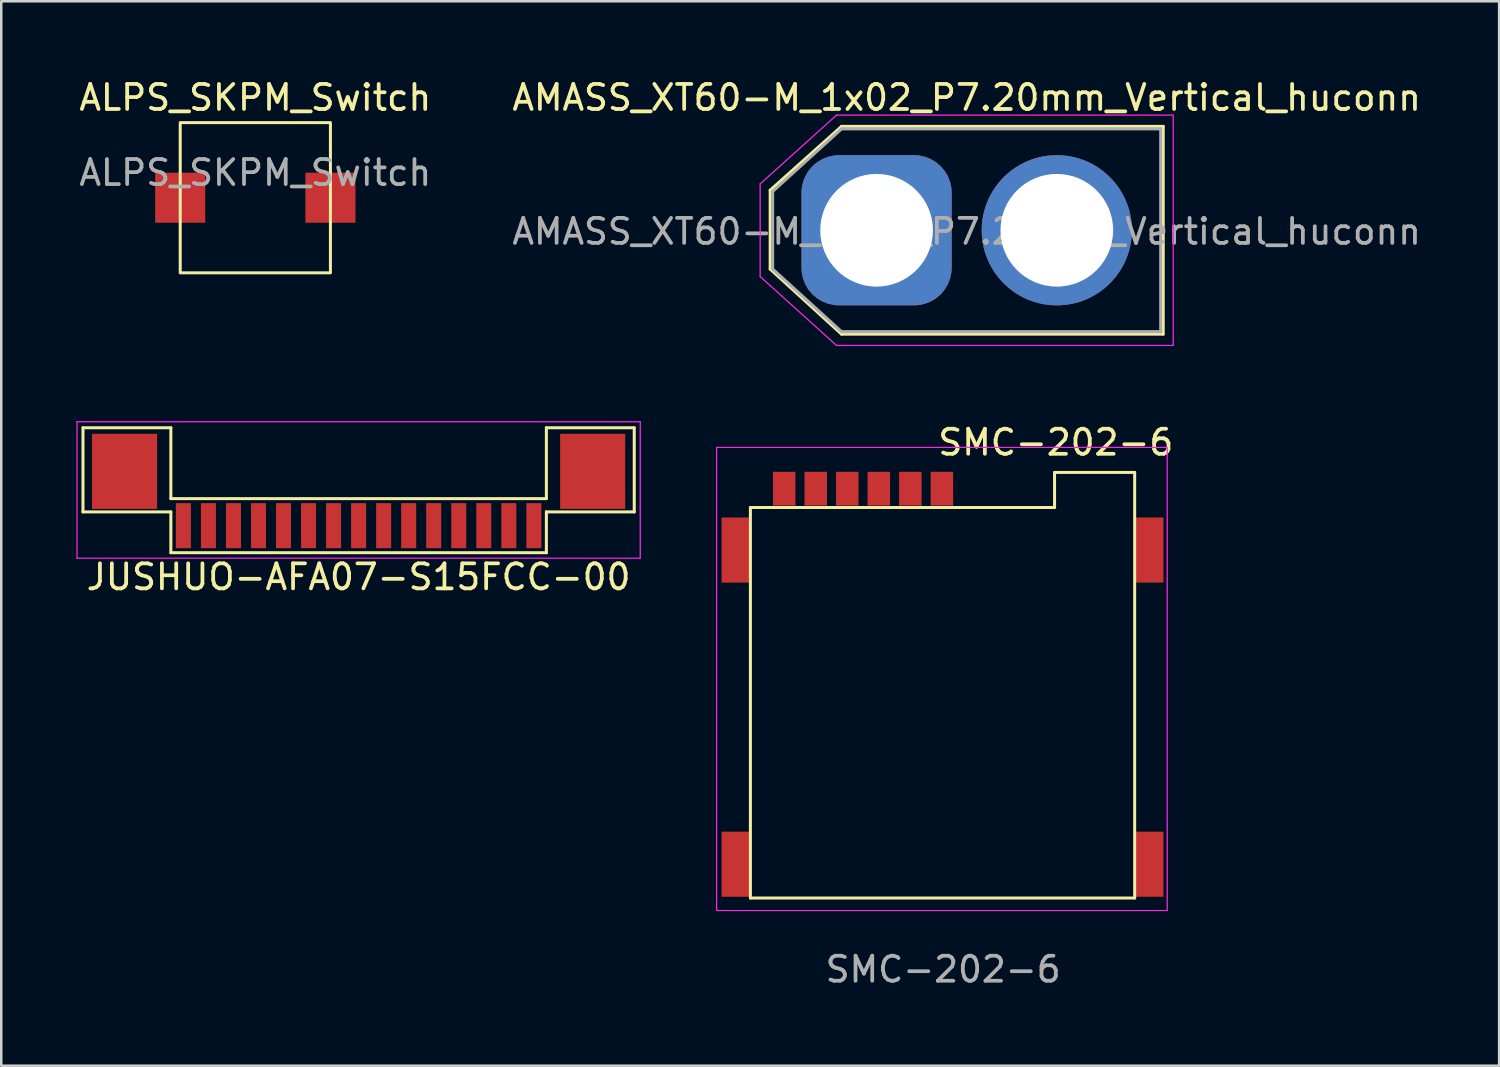
<source format=kicad_pcb>
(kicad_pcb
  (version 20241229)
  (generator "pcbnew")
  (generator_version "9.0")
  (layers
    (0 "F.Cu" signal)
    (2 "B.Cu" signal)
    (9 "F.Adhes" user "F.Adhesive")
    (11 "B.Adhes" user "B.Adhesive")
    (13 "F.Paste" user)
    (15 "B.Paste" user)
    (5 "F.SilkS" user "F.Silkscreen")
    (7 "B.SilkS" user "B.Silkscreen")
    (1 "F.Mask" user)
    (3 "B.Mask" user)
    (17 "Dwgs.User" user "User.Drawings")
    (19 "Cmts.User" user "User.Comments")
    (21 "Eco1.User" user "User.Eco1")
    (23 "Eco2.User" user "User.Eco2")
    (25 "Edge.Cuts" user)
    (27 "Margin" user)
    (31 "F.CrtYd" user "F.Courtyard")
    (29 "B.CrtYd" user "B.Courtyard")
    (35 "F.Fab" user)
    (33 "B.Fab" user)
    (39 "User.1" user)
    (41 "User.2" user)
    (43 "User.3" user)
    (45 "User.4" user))
  (footprint "SMC-202-6"
    (layer "F.Cu")
    (at 34.575 24.322)
    (property "Reference" "SMC-202-6" (at 4.55 -9.7 0) (unlocked yes) (layer "F.SilkS") (effects (font (size 1 1) (thickness 0.15))))
    (fp_line (start -7.65 -7.1) (end -7.65 8.5) (stroke (width 0.12) (type solid)) (layer "F.SilkS"))
    (fp_line (start -7.65 -7.1) (end 4.5 -7.1) (stroke (width 0.12) (type solid)) (layer "F.SilkS"))
    (fp_line (start -7.65 8.5) (end 7.7 8.5) (stroke (width 0.12) (type solid)) (layer "F.SilkS"))
    (fp_line (start 4.5 -7.1) (end 4.5 -8.5) (stroke (width 0.12) (type solid)) (layer "F.SilkS"))
    (fp_line (start 7.7 -8.5) (end 4.5 -8.5) (stroke (width 0.12) (type solid)) (layer "F.SilkS"))
    (fp_line (start 7.7 8.5) (end 7.7 -8.5) (stroke (width 0.12) (type solid)) (layer "F.SilkS"))
    (fp_rect (start -9 -9.5) (end 9 9) (stroke (width 0.05) (type solid)) (fill no) (layer "F.CrtYd"))
    (fp_text user "${REFERENCE}" (at 0.05 11.35 0) (unlocked yes) (layer "F.Fab") (effects (font (size 1 1) (thickness 0.15))))
    (pad "1" smd rect (at -5.04 -7.85) (size 0.9 1.35) (layers "F.Cu" "F.Mask" "F.Paste"))
    (pad "2" smd rect (at -2.52 -7.85) (size 0.9 1.35) (layers "F.Cu" "F.Mask" "F.Paste"))
    (pad "3" smd rect (at 0 -7.85) (size 0.9 1.35) (layers "F.Cu" "F.Mask" "F.Paste"))
    (pad "5" smd rect (at -6.3 -7.85) (size 0.9 1.35) (layers "F.Cu" "F.Mask" "F.Paste"))
    (pad "6" smd rect (at -3.78 -7.85) (size 0.9 1.35) (layers "F.Cu" "F.Mask" "F.Paste"))
    (pad "7" smd rect (at -1.26 -7.85) (size 0.9 1.35) (layers "F.Cu" "F.Mask" "F.Paste"))
    (pad "GND" smd rect (at -8.25 -5.4) (size 1.1 2.6) (layers "F.Cu" "F.Mask" "F.Paste"))
    (pad "GND" smd rect (at -8.25 7.15) (size 1.1 2.6) (layers "F.Cu" "F.Mask" "F.Paste"))
    (pad "GND" smd rect (at 8.3 -5.4) (size 1.1 2.6) (layers "F.Cu" "F.Mask" "F.Paste"))
    (pad "GND" smd rect (at 8.3 7.15) (size 1.1 2.6) (layers "F.Cu" "F.Mask" "F.Paste")))
  (footprint "ALPS_SKPM_Switch"
    (layer "F.Cu")
    (at 7.149 4.848)
    (property "Reference" "ALPS_SKPM_Switch" (at 0 -4 0) (unlocked yes) (layer "F.SilkS") (effects (font (size 1 1) (thickness 0.15))))
    (fp_rect (start 3 -3) (end -3 3) (stroke (width 0.12) (type solid)) (fill no) (layer "F.SilkS"))
    (fp_text user "${REFERENCE}" (at 0 -1 0) (unlocked yes) (layer "F.Fab") (effects (font (size 1 1) (thickness 0.15))))
    (pad "1" smd rect (at 3 0) (size 2 2) (layers "F.Cu" "F.Mask" "F.Paste"))
    (pad "2" smd rect (at -3 0) (size 2 2) (layers "F.Cu" "F.Mask" "F.Paste")))
  (footprint "AMASS_XT60-M_1x02_P7.20mm_Vertical_huconn"
    (layer "F.Cu")
    (at 31.965 6.148)
    (property "Reference" "AMASS_XT60-M_1x02_P7.20mm_Vertical_huconn" (at 3.6 -5.3 180) (layer "F.SilkS") (effects (font (size 1 1) (thickness 0.15))))
    (attr through_hole)
    (fp_line (start -4.25 -1.6) (end -4.25 1.55) (stroke (width 0.12) (type solid)) (layer "F.SilkS"))
    (fp_line (start -4.25 1.55) (end -1.4 4.15) (stroke (width 0.12) (type solid)) (layer "F.SilkS"))
    (fp_line (start -1.4 -4.15) (end -4.25 -1.6) (stroke (width 0.12) (type solid)) (layer "F.SilkS"))
    (fp_line (start -1.4 4.15) (end 11.45 4.15) (stroke (width 0.12) (type solid)) (layer "F.SilkS"))
    (fp_line (start 11.45 -4.15) (end -1.4 -4.15) (stroke (width 0.12) (type solid)) (layer "F.SilkS"))
    (fp_line (start 11.45 4.15) (end 11.45 -4.15) (stroke (width 0.12) (type solid)) (layer "F.SilkS"))
    (fp_line (start -4.65 -1.85) (end -1.6 -4.6) (stroke (width 0.05) (type solid)) (layer "F.CrtYd"))
    (fp_line (start -4.65 1.85) (end -4.65 -1.85) (stroke (width 0.05) (type solid)) (layer "F.CrtYd"))
    (fp_line (start -1.6 -4.6) (end 11.85 -4.6) (stroke (width 0.05) (type solid)) (layer "F.CrtYd"))
    (fp_line (start -1.6 4.6) (end -4.65 1.85) (stroke (width 0.05) (type solid)) (layer "F.CrtYd"))
    (fp_line (start 11.85 -4.6) (end 11.85 4.6) (stroke (width 0.05) (type solid)) (layer "F.CrtYd"))
    (fp_line (start 11.85 4.6) (end -1.6 4.6) (stroke (width 0.05) (type solid)) (layer "F.CrtYd"))
    (fp_line (start -4.15 -1.55) (end -4.15 1.55) (stroke (width 0.12) (type solid)) (layer "F.Fab"))
    (fp_line (start -4.15 1.55) (end -1.4 4.05) (stroke (width 0.12) (type solid)) (layer "F.Fab"))
    (fp_line (start -1.4 -4.05) (end -4.15 -1.55) (stroke (width 0.12) (type solid)) (layer "F.Fab"))
    (fp_line (start -1.4 4.05) (end 11.35 4.05) (stroke (width 0.12) (type solid)) (layer "F.Fab"))
    (fp_line (start 11.35 -4.05) (end -1.4 -4.05) (stroke (width 0.12) (type solid)) (layer "F.Fab"))
    (fp_line (start 11.35 4.05) (end 11.35 -4.05) (stroke (width 0.12) (type solid)) (layer "F.Fab"))
    (fp_text user "${REFERENCE}" (at 3.6 0.05 0) (layer "F.Fab") (effects (font (size 1 1) (thickness 0.15))))
    (pad "1" thru_hole roundrect (at 0 0) (size 6 6) (drill 4.5) (layers "*.Cu" "*.Mask") (roundrect_rratio 0.25))
    (pad "2" thru_hole circle (at 7.2 0) (size 6 6) (drill 4.5) (layers "*.Cu" "*.Mask")))
  (footprint "JUSHUO-AFA07-S15FCC-00"
    (layer "F.Cu")
    (at 11.275 17.948)
    (property "Reference" "JUSHUO-AFA07-S15FCC-00" (at 0 2.05 0) (layer "F.SilkS") (effects (font (size 1 1) (thickness 0.15))))
    (attr smd)
    (fp_line (start -11.01 -3.91) (end -7.5 -3.91) (stroke (width 0.12) (type solid)) (layer "F.SilkS"))
    (fp_line (start -11.01 -0.55) (end -11.01 -3.91) (stroke (width 0.12) (type solid)) (layer "F.SilkS"))
    (fp_line (start -7.5 -3.91) (end -7.5 -1.08) (stroke (width 0.12) (type solid)) (layer "F.SilkS"))
    (fp_line (start -7.5 -1.08) (end 7.5 -1.08) (stroke (width 0.12) (type solid)) (layer "F.SilkS"))
    (fp_line (start -7.5 -0.55) (end -11.01 -0.55) (stroke (width 0.12) (type solid)) (layer "F.SilkS"))
    (fp_line (start -7.5 1.08) (end -7.5 -0.55) (stroke (width 0.12) (type solid)) (layer "F.SilkS"))
    (fp_line (start -7.5 1.08) (end 7.5 1.08) (stroke (width 0.12) (type solid)) (layer "F.SilkS"))
    (fp_line (start 7.5 -3.91) (end 7.5 -1.08) (stroke (width 0.12) (type solid)) (layer "F.SilkS"))
    (fp_line (start 7.5 -0.55) (end 11.01 -0.55) (stroke (width 0.12) (type solid)) (layer "F.SilkS"))
    (fp_line (start 7.5 1.08) (end 7.5 -0.55) (stroke (width 0.12) (type solid)) (layer "F.SilkS"))
    (fp_line (start 11.01 -3.91) (end 7.5 -3.91) (stroke (width 0.12) (type solid)) (layer "F.SilkS"))
    (fp_line (start 11.01 -0.55) (end 11.01 -3.91) (stroke (width 0.12) (type solid)) (layer "F.SilkS"))
    (fp_line (start -11.25 -4.15) (end -11.25 1.3) (stroke (width 0.05) (type solid)) (layer "F.CrtYd"))
    (fp_line (start -11.25 -4.15) (end 11.25 -4.15) (stroke (width 0.05) (type solid)) (layer "F.CrtYd"))
    (fp_line (start -11.25 1.3) (end 11.25 1.3) (stroke (width 0.05) (type solid)) (layer "F.CrtYd"))
    (fp_line (start 11.25 -4.15) (end 11.25 1.3) (stroke (width 0.05) (type solid)) (layer "F.CrtYd"))
    (pad "0" smd rect (at -9.35 -2.17) (size 2.6 3) (layers "F.Cu" "F.Mask" "F.Paste"))
    (pad "0" smd rect (at 9.35 -2.17) (size 2.6 3) (layers "F.Cu" "F.Mask" "F.Paste"))
    (pad "1" smd rect (at -7 0) (size 0.6 1.8) (layers "F.Cu" "F.Mask" "F.Paste"))
    (pad "2" smd rect (at -6 0) (size 0.6 1.8) (layers "F.Cu" "F.Mask" "F.Paste"))
    (pad "3" smd rect (at -5 0) (size 0.6 1.8) (layers "F.Cu" "F.Mask" "F.Paste"))
    (pad "4" smd rect (at -4 0) (size 0.6 1.8) (layers "F.Cu" "F.Mask" "F.Paste"))
    (pad "5" smd rect (at -3 0) (size 0.6 1.8) (layers "F.Cu" "F.Mask" "F.Paste"))
    (pad "6" smd rect (at -2 0) (size 0.6 1.8) (layers "F.Cu" "F.Mask" "F.Paste"))
    (pad "7" smd rect (at -1 0) (size 0.6 1.8) (layers "F.Cu" "F.Mask" "F.Paste"))
    (pad "8" smd rect (at 0 0) (size 0.6 1.8) (layers "F.Cu" "F.Mask" "F.Paste"))
    (pad "9" smd rect (at 1 0) (size 0.6 1.8) (layers "F.Cu" "F.Mask" "F.Paste"))
    (pad "10" smd rect (at 2 0) (size 0.6 1.8) (layers "F.Cu" "F.Mask" "F.Paste"))
    (pad "11" smd rect (at 3 0) (size 0.6 1.8) (layers "F.Cu" "F.Mask" "F.Paste"))
    (pad "12" smd rect (at 4 0) (size 0.6 1.8) (layers "F.Cu" "F.Mask" "F.Paste"))
    (pad "13" smd rect (at 5 0) (size 0.6 1.8) (layers "F.Cu" "F.Mask" "F.Paste"))
    (pad "14" smd rect (at 6 0) (size 0.6 1.8) (layers "F.Cu" "F.Mask" "F.Paste"))
    (pad "15" smd rect (at 7 0) (size 0.6 1.8) (layers "F.Cu" "F.Mask" "F.Paste")))
  (gr_rect
    (start -3 -3)
    (end 56.833 39.52)
    (stroke (width 0.1) (type default))
    (fill no)
    (layer "Edge.Cuts")))
</source>
